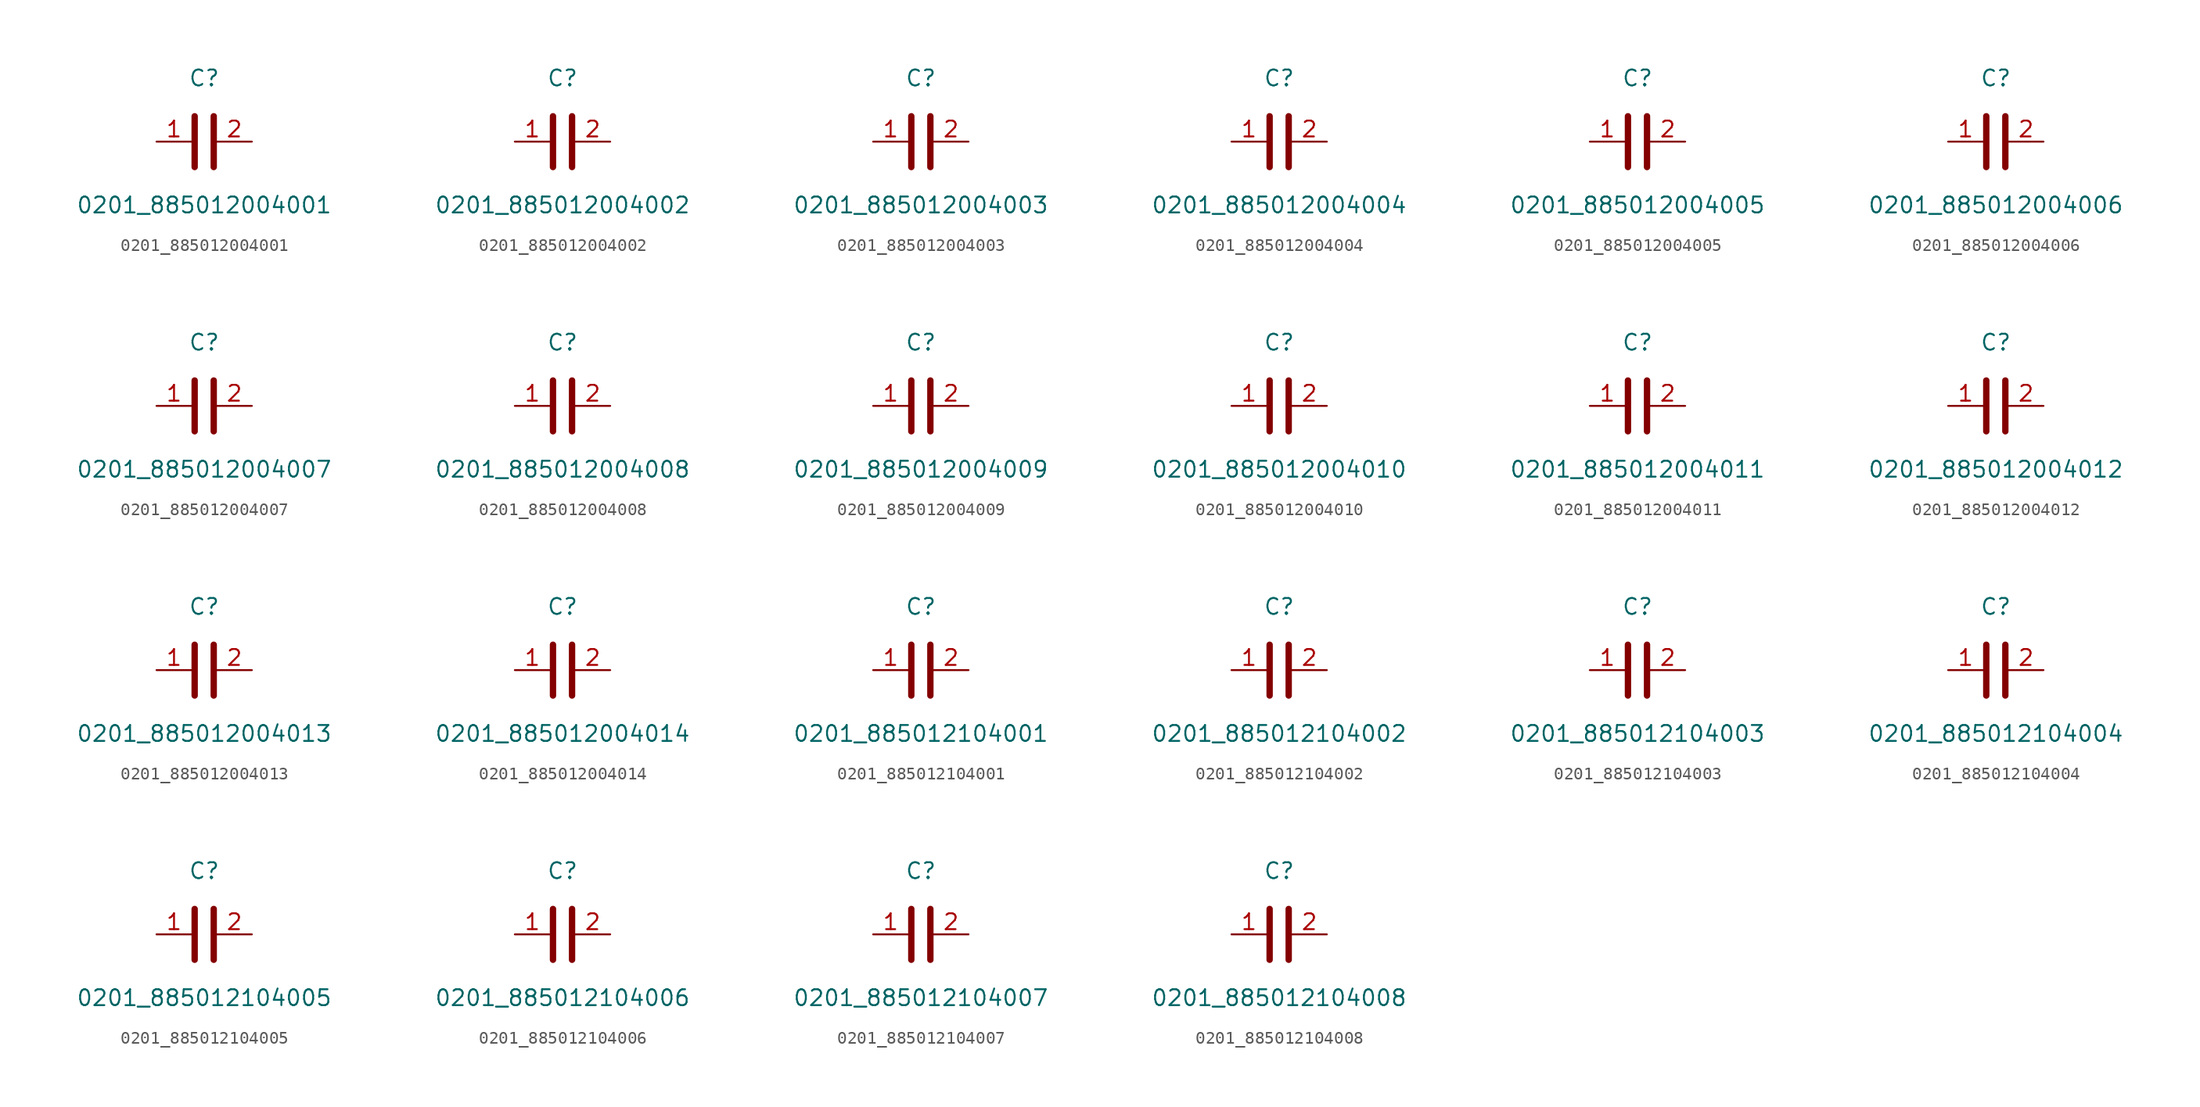
<source format=kicad_sym>
(kicad_symbol_lib
  (version 20220914)
  (generator kicad_symbol_editor)
  (symbol "0201_885012004001"
    (pin_names hide)
    (property "Reference" "C"
      (at 0 5.08 0)
      (effects (font (size 1.27 1.27))))
    (property "Value" "0201_885012004001"
      (at 0 -5.08 0)
      (effects (font (size 1.27 1.27))))
    (symbol "0201_885012004001_0_1"
      (polyline (pts (xy -0.762 -2.032) (xy -0.762 2.032)) (stroke (width 0.508) (type default)) (fill (type none)))
      (polyline (pts (xy 0.762 -2.032) (xy 0.762 2.032)) (stroke (width 0.508) (type default)) (fill (type none))))
    (symbol "0201_885012004001_1_1"
      (pin passive line (at -3.81 0 0) (length 2.794) (name "1" (effects (font (size 1.27 1.27)))) (number "1" (effects (font (size 1.27 1.27)))))
      (pin passive line (at 3.81 0 180) (length 2.794) (name "2" (effects (font (size 1.27 1.27)))) (number "2" (effects (font (size 1.27 1.27)))))))
  (symbol "0201_885012004002"
    (pin_names hide)
    (property "Reference" "C"
      (at 0 5.08 0)
      (effects (font (size 1.27 1.27))))
    (property "Value" "0201_885012004002"
      (at 0 -5.08 0)
      (effects (font (size 1.27 1.27))))
    (symbol "0201_885012004002_0_1"
      (polyline (pts (xy -0.762 -2.032) (xy -0.762 2.032)) (stroke (width 0.508) (type default)) (fill (type none)))
      (polyline (pts (xy 0.762 -2.032) (xy 0.762 2.032)) (stroke (width 0.508) (type default)) (fill (type none))))
    (symbol "0201_885012004002_1_1"
      (pin passive line (at -3.81 0 0) (length 2.794) (name "1" (effects (font (size 1.27 1.27)))) (number "1" (effects (font (size 1.27 1.27)))))
      (pin passive line (at 3.81 0 180) (length 2.794) (name "2" (effects (font (size 1.27 1.27)))) (number "2" (effects (font (size 1.27 1.27)))))))
  (symbol "0201_885012004003"
    (pin_names hide)
    (property "Reference" "C"
      (at 0 5.08 0)
      (effects (font (size 1.27 1.27))))
    (property "Value" "0201_885012004003"
      (at 0 -5.08 0)
      (effects (font (size 1.27 1.27))))
    (symbol "0201_885012004003_0_1"
      (polyline (pts (xy -0.762 -2.032) (xy -0.762 2.032)) (stroke (width 0.508) (type default)) (fill (type none)))
      (polyline (pts (xy 0.762 -2.032) (xy 0.762 2.032)) (stroke (width 0.508) (type default)) (fill (type none))))
    (symbol "0201_885012004003_1_1"
      (pin passive line (at -3.81 0 0) (length 2.794) (name "1" (effects (font (size 1.27 1.27)))) (number "1" (effects (font (size 1.27 1.27)))))
      (pin passive line (at 3.81 0 180) (length 2.794) (name "2" (effects (font (size 1.27 1.27)))) (number "2" (effects (font (size 1.27 1.27)))))))
  (symbol "0201_885012004004"
    (pin_names hide)
    (property "Reference" "C"
      (at 0 5.08 0)
      (effects (font (size 1.27 1.27))))
    (property "Value" "0201_885012004004"
      (at 0 -5.08 0)
      (effects (font (size 1.27 1.27))))
    (symbol "0201_885012004004_0_1"
      (polyline (pts (xy -0.762 -2.032) (xy -0.762 2.032)) (stroke (width 0.508) (type default)) (fill (type none)))
      (polyline (pts (xy 0.762 -2.032) (xy 0.762 2.032)) (stroke (width 0.508) (type default)) (fill (type none))))
    (symbol "0201_885012004004_1_1"
      (pin passive line (at -3.81 0 0) (length 2.794) (name "1" (effects (font (size 1.27 1.27)))) (number "1" (effects (font (size 1.27 1.27)))))
      (pin passive line (at 3.81 0 180) (length 2.794) (name "2" (effects (font (size 1.27 1.27)))) (number "2" (effects (font (size 1.27 1.27)))))))
  (symbol "0201_885012004005"
    (pin_names hide)
    (property "Reference" "C"
      (at 0 5.08 0)
      (effects (font (size 1.27 1.27))))
    (property "Value" "0201_885012004005"
      (at 0 -5.08 0)
      (effects (font (size 1.27 1.27))))
    (symbol "0201_885012004005_0_1"
      (polyline (pts (xy -0.762 -2.032) (xy -0.762 2.032)) (stroke (width 0.508) (type default)) (fill (type none)))
      (polyline (pts (xy 0.762 -2.032) (xy 0.762 2.032)) (stroke (width 0.508) (type default)) (fill (type none))))
    (symbol "0201_885012004005_1_1"
      (pin passive line (at -3.81 0 0) (length 2.794) (name "1" (effects (font (size 1.27 1.27)))) (number "1" (effects (font (size 1.27 1.27)))))
      (pin passive line (at 3.81 0 180) (length 2.794) (name "2" (effects (font (size 1.27 1.27)))) (number "2" (effects (font (size 1.27 1.27)))))))
  (symbol "0201_885012004006"
    (pin_names hide)
    (property "Reference" "C"
      (at 0 5.08 0)
      (effects (font (size 1.27 1.27))))
    (property "Value" "0201_885012004006"
      (at 0 -5.08 0)
      (effects (font (size 1.27 1.27))))
    (symbol "0201_885012004006_0_1"
      (polyline (pts (xy -0.762 -2.032) (xy -0.762 2.032)) (stroke (width 0.508) (type default)) (fill (type none)))
      (polyline (pts (xy 0.762 -2.032) (xy 0.762 2.032)) (stroke (width 0.508) (type default)) (fill (type none))))
    (symbol "0201_885012004006_1_1"
      (pin passive line (at -3.81 0 0) (length 2.794) (name "1" (effects (font (size 1.27 1.27)))) (number "1" (effects (font (size 1.27 1.27)))))
      (pin passive line (at 3.81 0 180) (length 2.794) (name "2" (effects (font (size 1.27 1.27)))) (number "2" (effects (font (size 1.27 1.27)))))))
  (symbol "0201_885012004007"
    (pin_names hide)
    (property "Reference" "C"
      (at 0 5.08 0)
      (effects (font (size 1.27 1.27))))
    (property "Value" "0201_885012004007"
      (at 0 -5.08 0)
      (effects (font (size 1.27 1.27))))
    (symbol "0201_885012004007_0_1"
      (polyline (pts (xy -0.762 -2.032) (xy -0.762 2.032)) (stroke (width 0.508) (type default)) (fill (type none)))
      (polyline (pts (xy 0.762 -2.032) (xy 0.762 2.032)) (stroke (width 0.508) (type default)) (fill (type none))))
    (symbol "0201_885012004007_1_1"
      (pin passive line (at -3.81 0 0) (length 2.794) (name "1" (effects (font (size 1.27 1.27)))) (number "1" (effects (font (size 1.27 1.27)))))
      (pin passive line (at 3.81 0 180) (length 2.794) (name "2" (effects (font (size 1.27 1.27)))) (number "2" (effects (font (size 1.27 1.27)))))))
  (symbol "0201_885012004008"
    (pin_names hide)
    (property "Reference" "C"
      (at 0 5.08 0)
      (effects (font (size 1.27 1.27))))
    (property "Value" "0201_885012004008"
      (at 0 -5.08 0)
      (effects (font (size 1.27 1.27))))
    (symbol "0201_885012004008_0_1"
      (polyline (pts (xy -0.762 -2.032) (xy -0.762 2.032)) (stroke (width 0.508) (type default)) (fill (type none)))
      (polyline (pts (xy 0.762 -2.032) (xy 0.762 2.032)) (stroke (width 0.508) (type default)) (fill (type none))))
    (symbol "0201_885012004008_1_1"
      (pin passive line (at -3.81 0 0) (length 2.794) (name "1" (effects (font (size 1.27 1.27)))) (number "1" (effects (font (size 1.27 1.27)))))
      (pin passive line (at 3.81 0 180) (length 2.794) (name "2" (effects (font (size 1.27 1.27)))) (number "2" (effects (font (size 1.27 1.27)))))))
  (symbol "0201_885012004009"
    (pin_names hide)
    (property "Reference" "C"
      (at 0 5.08 0)
      (effects (font (size 1.27 1.27))))
    (property "Value" "0201_885012004009"
      (at 0 -5.08 0)
      (effects (font (size 1.27 1.27))))
    (symbol "0201_885012004009_0_1"
      (polyline (pts (xy -0.762 -2.032) (xy -0.762 2.032)) (stroke (width 0.508) (type default)) (fill (type none)))
      (polyline (pts (xy 0.762 -2.032) (xy 0.762 2.032)) (stroke (width 0.508) (type default)) (fill (type none))))
    (symbol "0201_885012004009_1_1"
      (pin passive line (at -3.81 0 0) (length 2.794) (name "1" (effects (font (size 1.27 1.27)))) (number "1" (effects (font (size 1.27 1.27)))))
      (pin passive line (at 3.81 0 180) (length 2.794) (name "2" (effects (font (size 1.27 1.27)))) (number "2" (effects (font (size 1.27 1.27)))))))
  (symbol "0201_885012004010"
    (pin_names hide)
    (property "Reference" "C"
      (at 0 5.08 0)
      (effects (font (size 1.27 1.27))))
    (property "Value" "0201_885012004010"
      (at 0 -5.08 0)
      (effects (font (size 1.27 1.27))))
    (symbol "0201_885012004010_0_1"
      (polyline (pts (xy -0.762 -2.032) (xy -0.762 2.032)) (stroke (width 0.508) (type default)) (fill (type none)))
      (polyline (pts (xy 0.762 -2.032) (xy 0.762 2.032)) (stroke (width 0.508) (type default)) (fill (type none))))
    (symbol "0201_885012004010_1_1"
      (pin passive line (at -3.81 0 0) (length 2.794) (name "1" (effects (font (size 1.27 1.27)))) (number "1" (effects (font (size 1.27 1.27)))))
      (pin passive line (at 3.81 0 180) (length 2.794) (name "2" (effects (font (size 1.27 1.27)))) (number "2" (effects (font (size 1.27 1.27)))))))
  (symbol "0201_885012004011"
    (pin_names hide)
    (property "Reference" "C"
      (at 0 5.08 0)
      (effects (font (size 1.27 1.27))))
    (property "Value" "0201_885012004011"
      (at 0 -5.08 0)
      (effects (font (size 1.27 1.27))))
    (symbol "0201_885012004011_0_1"
      (polyline (pts (xy -0.762 -2.032) (xy -0.762 2.032)) (stroke (width 0.508) (type default)) (fill (type none)))
      (polyline (pts (xy 0.762 -2.032) (xy 0.762 2.032)) (stroke (width 0.508) (type default)) (fill (type none))))
    (symbol "0201_885012004011_1_1"
      (pin passive line (at -3.81 0 0) (length 2.794) (name "1" (effects (font (size 1.27 1.27)))) (number "1" (effects (font (size 1.27 1.27)))))
      (pin passive line (at 3.81 0 180) (length 2.794) (name "2" (effects (font (size 1.27 1.27)))) (number "2" (effects (font (size 1.27 1.27)))))))
  (symbol "0201_885012004012"
    (pin_names hide)
    (property "Reference" "C"
      (at 0 5.08 0)
      (effects (font (size 1.27 1.27))))
    (property "Value" "0201_885012004012"
      (at 0 -5.08 0)
      (effects (font (size 1.27 1.27))))
    (symbol "0201_885012004012_0_1"
      (polyline (pts (xy -0.762 -2.032) (xy -0.762 2.032)) (stroke (width 0.508) (type default)) (fill (type none)))
      (polyline (pts (xy 0.762 -2.032) (xy 0.762 2.032)) (stroke (width 0.508) (type default)) (fill (type none))))
    (symbol "0201_885012004012_1_1"
      (pin passive line (at -3.81 0 0) (length 2.794) (name "1" (effects (font (size 1.27 1.27)))) (number "1" (effects (font (size 1.27 1.27)))))
      (pin passive line (at 3.81 0 180) (length 2.794) (name "2" (effects (font (size 1.27 1.27)))) (number "2" (effects (font (size 1.27 1.27)))))))
  (symbol "0201_885012004013"
    (pin_names hide)
    (property "Reference" "C"
      (at 0 5.08 0)
      (effects (font (size 1.27 1.27))))
    (property "Value" "0201_885012004013"
      (at 0 -5.08 0)
      (effects (font (size 1.27 1.27))))
    (symbol "0201_885012004013_0_1"
      (polyline (pts (xy -0.762 -2.032) (xy -0.762 2.032)) (stroke (width 0.508) (type default)) (fill (type none)))
      (polyline (pts (xy 0.762 -2.032) (xy 0.762 2.032)) (stroke (width 0.508) (type default)) (fill (type none))))
    (symbol "0201_885012004013_1_1"
      (pin passive line (at -3.81 0 0) (length 2.794) (name "1" (effects (font (size 1.27 1.27)))) (number "1" (effects (font (size 1.27 1.27)))))
      (pin passive line (at 3.81 0 180) (length 2.794) (name "2" (effects (font (size 1.27 1.27)))) (number "2" (effects (font (size 1.27 1.27)))))))
  (symbol "0201_885012004014"
    (pin_names hide)
    (property "Reference" "C"
      (at 0 5.08 0)
      (effects (font (size 1.27 1.27))))
    (property "Value" "0201_885012004014"
      (at 0 -5.08 0)
      (effects (font (size 1.27 1.27))))
    (symbol "0201_885012004014_0_1"
      (polyline (pts (xy -0.762 -2.032) (xy -0.762 2.032)) (stroke (width 0.508) (type default)) (fill (type none)))
      (polyline (pts (xy 0.762 -2.032) (xy 0.762 2.032)) (stroke (width 0.508) (type default)) (fill (type none))))
    (symbol "0201_885012004014_1_1"
      (pin passive line (at -3.81 0 0) (length 2.794) (name "1" (effects (font (size 1.27 1.27)))) (number "1" (effects (font (size 1.27 1.27)))))
      (pin passive line (at 3.81 0 180) (length 2.794) (name "2" (effects (font (size 1.27 1.27)))) (number "2" (effects (font (size 1.27 1.27)))))))
  (symbol "0201_885012104001"
    (pin_names hide)
    (property "Reference" "C"
      (at 0 5.08 0)
      (effects (font (size 1.27 1.27))))
    (property "Value" "0201_885012104001"
      (at 0 -5.08 0)
      (effects (font (size 1.27 1.27))))
    (symbol "0201_885012104001_0_1"
      (polyline (pts (xy -0.762 -2.032) (xy -0.762 2.032)) (stroke (width 0.508) (type default)) (fill (type none)))
      (polyline (pts (xy 0.762 -2.032) (xy 0.762 2.032)) (stroke (width 0.508) (type default)) (fill (type none))))
    (symbol "0201_885012104001_1_1"
      (pin passive line (at -3.81 0 0) (length 2.794) (name "1" (effects (font (size 1.27 1.27)))) (number "1" (effects (font (size 1.27 1.27)))))
      (pin passive line (at 3.81 0 180) (length 2.794) (name "2" (effects (font (size 1.27 1.27)))) (number "2" (effects (font (size 1.27 1.27)))))))
  (symbol "0201_885012104002"
    (pin_names hide)
    (property "Reference" "C"
      (at 0 5.08 0)
      (effects (font (size 1.27 1.27))))
    (property "Value" "0201_885012104002"
      (at 0 -5.08 0)
      (effects (font (size 1.27 1.27))))
    (symbol "0201_885012104002_0_1"
      (polyline (pts (xy -0.762 -2.032) (xy -0.762 2.032)) (stroke (width 0.508) (type default)) (fill (type none)))
      (polyline (pts (xy 0.762 -2.032) (xy 0.762 2.032)) (stroke (width 0.508) (type default)) (fill (type none))))
    (symbol "0201_885012104002_1_1"
      (pin passive line (at -3.81 0 0) (length 2.794) (name "1" (effects (font (size 1.27 1.27)))) (number "1" (effects (font (size 1.27 1.27)))))
      (pin passive line (at 3.81 0 180) (length 2.794) (name "2" (effects (font (size 1.27 1.27)))) (number "2" (effects (font (size 1.27 1.27)))))))
  (symbol "0201_885012104003"
    (pin_names hide)
    (property "Reference" "C"
      (at 0 5.08 0)
      (effects (font (size 1.27 1.27))))
    (property "Value" "0201_885012104003"
      (at 0 -5.08 0)
      (effects (font (size 1.27 1.27))))
    (symbol "0201_885012104003_0_1"
      (polyline (pts (xy -0.762 -2.032) (xy -0.762 2.032)) (stroke (width 0.508) (type default)) (fill (type none)))
      (polyline (pts (xy 0.762 -2.032) (xy 0.762 2.032)) (stroke (width 0.508) (type default)) (fill (type none))))
    (symbol "0201_885012104003_1_1"
      (pin passive line (at -3.81 0 0) (length 2.794) (name "1" (effects (font (size 1.27 1.27)))) (number "1" (effects (font (size 1.27 1.27)))))
      (pin passive line (at 3.81 0 180) (length 2.794) (name "2" (effects (font (size 1.27 1.27)))) (number "2" (effects (font (size 1.27 1.27)))))))
  (symbol "0201_885012104004"
    (pin_names hide)
    (property "Reference" "C"
      (at 0 5.08 0)
      (effects (font (size 1.27 1.27))))
    (property "Value" "0201_885012104004"
      (at 0 -5.08 0)
      (effects (font (size 1.27 1.27))))
    (symbol "0201_885012104004_0_1"
      (polyline (pts (xy -0.762 -2.032) (xy -0.762 2.032)) (stroke (width 0.508) (type default)) (fill (type none)))
      (polyline (pts (xy 0.762 -2.032) (xy 0.762 2.032)) (stroke (width 0.508) (type default)) (fill (type none))))
    (symbol "0201_885012104004_1_1"
      (pin passive line (at -3.81 0 0) (length 2.794) (name "1" (effects (font (size 1.27 1.27)))) (number "1" (effects (font (size 1.27 1.27)))))
      (pin passive line (at 3.81 0 180) (length 2.794) (name "2" (effects (font (size 1.27 1.27)))) (number "2" (effects (font (size 1.27 1.27)))))))
  (symbol "0201_885012104005"
    (pin_names hide)
    (property "Reference" "C"
      (at 0 5.08 0)
      (effects (font (size 1.27 1.27))))
    (property "Value" "0201_885012104005"
      (at 0 -5.08 0)
      (effects (font (size 1.27 1.27))))
    (symbol "0201_885012104005_0_1"
      (polyline (pts (xy -0.762 -2.032) (xy -0.762 2.032)) (stroke (width 0.508) (type default)) (fill (type none)))
      (polyline (pts (xy 0.762 -2.032) (xy 0.762 2.032)) (stroke (width 0.508) (type default)) (fill (type none))))
    (symbol "0201_885012104005_1_1"
      (pin passive line (at -3.81 0 0) (length 2.794) (name "1" (effects (font (size 1.27 1.27)))) (number "1" (effects (font (size 1.27 1.27)))))
      (pin passive line (at 3.81 0 180) (length 2.794) (name "2" (effects (font (size 1.27 1.27)))) (number "2" (effects (font (size 1.27 1.27)))))))
  (symbol "0201_885012104006"
    (pin_names hide)
    (property "Reference" "C"
      (at 0 5.08 0)
      (effects (font (size 1.27 1.27))))
    (property "Value" "0201_885012104006"
      (at 0 -5.08 0)
      (effects (font (size 1.27 1.27))))
    (symbol "0201_885012104006_0_1"
      (polyline (pts (xy -0.762 -2.032) (xy -0.762 2.032)) (stroke (width 0.508) (type default)) (fill (type none)))
      (polyline (pts (xy 0.762 -2.032) (xy 0.762 2.032)) (stroke (width 0.508) (type default)) (fill (type none))))
    (symbol "0201_885012104006_1_1"
      (pin passive line (at -3.81 0 0) (length 2.794) (name "1" (effects (font (size 1.27 1.27)))) (number "1" (effects (font (size 1.27 1.27)))))
      (pin passive line (at 3.81 0 180) (length 2.794) (name "2" (effects (font (size 1.27 1.27)))) (number "2" (effects (font (size 1.27 1.27)))))))
  (symbol "0201_885012104007"
    (pin_names hide)
    (property "Reference" "C"
      (at 0 5.08 0)
      (effects (font (size 1.27 1.27))))
    (property "Value" "0201_885012104007"
      (at 0 -5.08 0)
      (effects (font (size 1.27 1.27))))
    (symbol "0201_885012104007_0_1"
      (polyline (pts (xy -0.762 -2.032) (xy -0.762 2.032)) (stroke (width 0.508) (type default)) (fill (type none)))
      (polyline (pts (xy 0.762 -2.032) (xy 0.762 2.032)) (stroke (width 0.508) (type default)) (fill (type none))))
    (symbol "0201_885012104007_1_1"
      (pin passive line (at -3.81 0 0) (length 2.794) (name "1" (effects (font (size 1.27 1.27)))) (number "1" (effects (font (size 1.27 1.27)))))
      (pin passive line (at 3.81 0 180) (length 2.794) (name "2" (effects (font (size 1.27 1.27)))) (number "2" (effects (font (size 1.27 1.27)))))))
  (symbol "0201_885012104008"
    (pin_names hide)
    (property "Reference" "C"
      (at 0 5.08 0)
      (effects (font (size 1.27 1.27))))
    (property "Value" "0201_885012104008"
      (at 0 -5.08 0)
      (effects (font (size 1.27 1.27))))
    (symbol "0201_885012104008_0_1"
      (polyline (pts (xy -0.762 -2.032) (xy -0.762 2.032)) (stroke (width 0.508) (type default)) (fill (type none)))
      (polyline (pts (xy 0.762 -2.032) (xy 0.762 2.032)) (stroke (width 0.508) (type default)) (fill (type none))))
    (symbol "0201_885012104008_1_1"
      (pin passive line (at -3.81 0 0) (length 2.794) (name "1" (effects (font (size 1.27 1.27)))) (number "1" (effects (font (size 1.27 1.27)))))
      (pin passive line (at 3.81 0 180) (length 2.794) (name "2" (effects (font (size 1.27 1.27)))) (number "2" (effects (font (size 1.27 1.27))))))))
</source>
